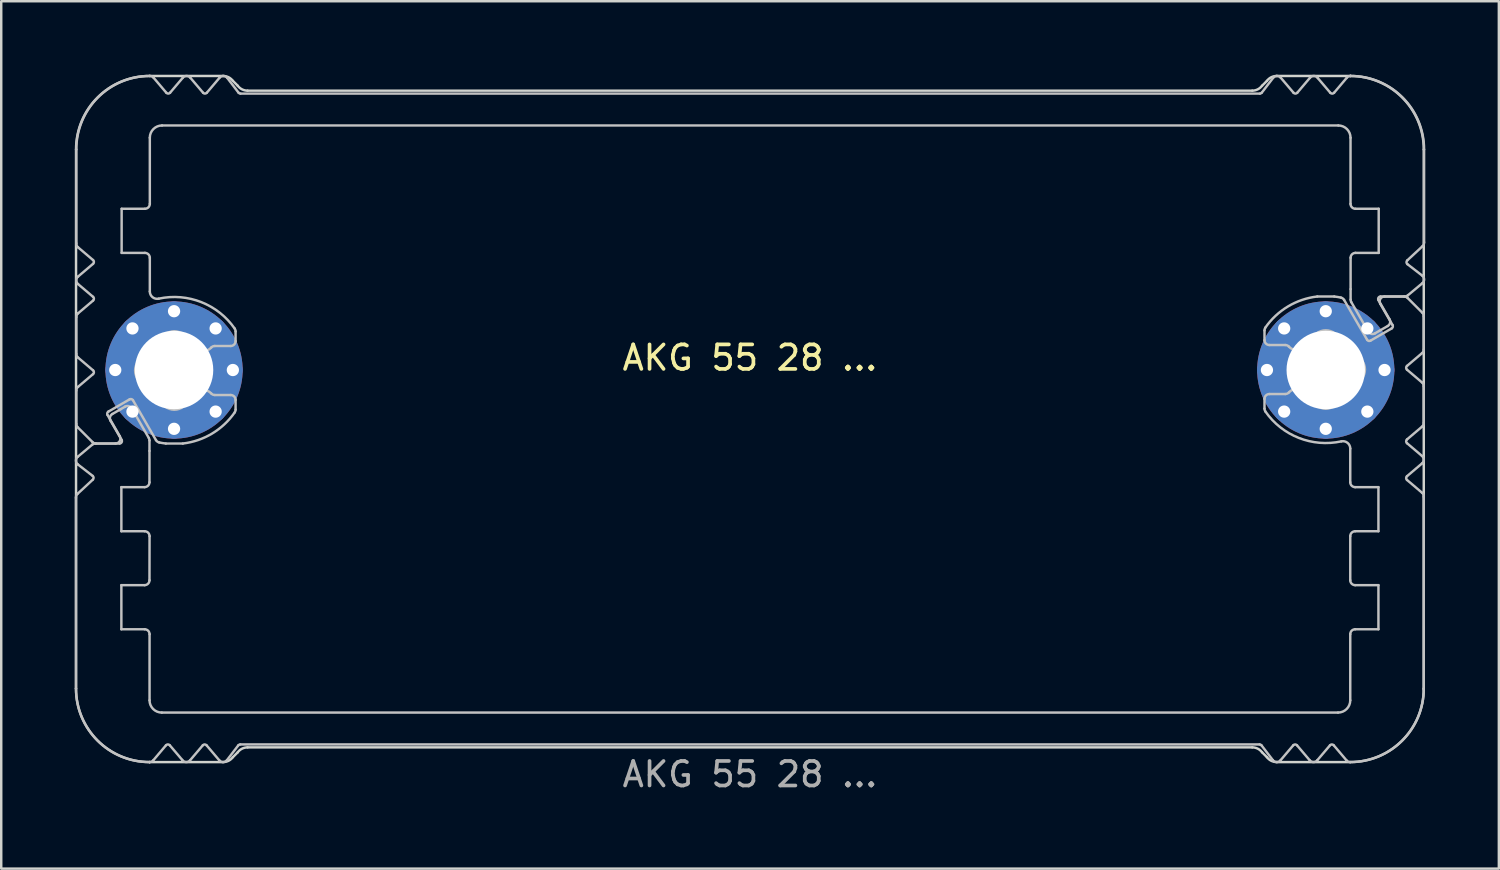
<source format=kicad_pcb>
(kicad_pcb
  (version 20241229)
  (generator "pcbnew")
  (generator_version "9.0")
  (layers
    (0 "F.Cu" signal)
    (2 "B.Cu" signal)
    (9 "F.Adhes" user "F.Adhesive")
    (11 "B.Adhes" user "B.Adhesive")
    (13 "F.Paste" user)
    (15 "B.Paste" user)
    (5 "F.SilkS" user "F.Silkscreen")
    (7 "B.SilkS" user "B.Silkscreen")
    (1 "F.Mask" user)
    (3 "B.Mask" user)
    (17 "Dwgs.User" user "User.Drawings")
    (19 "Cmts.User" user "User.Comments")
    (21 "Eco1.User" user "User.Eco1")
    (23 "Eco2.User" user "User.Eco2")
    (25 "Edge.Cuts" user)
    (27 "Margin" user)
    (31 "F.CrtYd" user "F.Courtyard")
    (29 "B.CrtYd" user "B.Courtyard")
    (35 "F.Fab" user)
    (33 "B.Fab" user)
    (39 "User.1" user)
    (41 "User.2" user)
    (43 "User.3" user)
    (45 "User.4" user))
  (footprint "AKG 55 28 ..."
    (layer "F.Cu")
    (at 27.553 12.05)
    (property "Reference" "AKG 55 28 ..." (at 0 -0.5 0) (unlocked yes) (layer "F.SilkS") (effects (font (size 1 1) (thickness 0.15))))
    (attr exclude_from_pos_files dnp)
    (fp_poly (pts (xy -20.9 -11.3) (xy 4 -11.3) (xy 4 -10) (xy -24.5 -10) (xy -24.5 -12) (xy -23.8 -11.2) (xy -23.05 -12) (xy -22.3 -11.2) (xy -21.55 -12)) (stroke (width 0.1) (type solid)) (fill yes) (layer "B.Mask"))
    (fp_poly (pts (xy -20.85 15.3) (xy 4.05 15.3) (xy 4.05 14) (xy -24.45 14) (xy -24.45 16) (xy -23.75 15.2) (xy -23 16) (xy -22.25 15.2) (xy -21.5 16)) (stroke (width 0.1) (type solid)) (fill yes) (layer "B.Mask"))
    (fp_poly (pts (xy 20.854 -11.3) (xy 3.954 -11.3) (xy 3.954 -10) (xy 24.454 -10) (xy 24.454 -12) (xy 23.754 -11.2) (xy 23.004 -12) (xy 22.254 -11.2) (xy 21.504 -12)) (stroke (width 0.1) (type solid)) (fill yes) (layer "B.Mask"))
    (fp_poly (pts (xy 20.854 15.3) (xy 3.954 15.3) (xy 3.954 14) (xy 24.454 14) (xy 24.454 16) (xy 23.754 15.2) (xy 23.004 16) (xy 22.254 15.2) (xy 21.504 16)) (stroke (width 0.1) (type solid)) (fill yes) (layer "B.Mask"))
    (fp_poly (pts (xy 24.554 -6.7) (xy 25.654 -6.7) (xy 25.654 -4.7) (xy 24.554 -4.7) (xy 24.5 -3) (xy 26.654 -3) (xy 27.454 -3.7) (xy 26.654 -4.4) (xy 27.454 -5.1) (xy 27.454 -12) (xy 24.554 -12)) (stroke (width 0.1) (type solid)) (fill yes) (layer "B.Mask"))
    (fp_poly (pts (xy -24.546 10.6) (xy -25.7 10.6) (xy -25.7 8.8) (xy -24.5 8.8) (xy -24.5 6.6) (xy -25.646 6.6) (xy -25.646 4.7) (xy -24.546 4.7) (xy -24.546 3) (xy -26.646 3) (xy -27.446 3.7) (xy -26.646 4.4) (xy -27.446 5.1) (xy -27.446 16) (xy -24.546 16)) (stroke (width 0.1) (type solid)) (fill yes) (layer "B.Mask"))
    (fp_poly (pts (xy -24.546 -6.7) (xy -25.646 -6.7) (xy -25.646 -4.7) (xy -24.546 -4.7) (xy -24.546 3) (xy -26.8 3) (xy -27.5 2.3) (xy -27.5 0.8) (xy -26.646 0.1) (xy -27.446 -0.6) (xy -27.446 -2.2) (xy -26.546 -2.9) (xy -27.446 -3.7) (xy -26.646 -4.4) (xy -27.446 -5.1) (xy -27.446 -12) (xy -24.546 -12)) (stroke (width 0.1) (type solid)) (fill yes) (layer "B.Mask"))
    (fp_poly (pts (xy 24.554 10.6) (xy 25.6 10.6) (xy 25.6 8.8) (xy 24.5 8.8) (xy 24.5 6.6) (xy 25.654 6.6) (xy 25.654 4.8) (xy 24.555 4.8) (xy 24.5 -3) (xy 26.654 -3) (xy 27.5 -2.3) (xy 27.5 -0.8) (xy 26.654 -0.1) (xy 27.454 0.6) (xy 27.454 2.2) (xy 26.582 2.915) (xy 27.437 3.715) (xy 26.654 4.4) (xy 27.454 5.1) (xy 27.454 16) (xy 24.554 16)) (stroke (width 0.1) (type solid)) (fill yes) (layer "B.Mask"))
    (fp_line (start -27.502 13) (end -27.502 5.214) (stroke (width 0.1) (type solid)) (layer "Dwgs.User"))
    (fp_line (start -27.489 -0.66) (end -27.489 -2.16) (stroke (width 0.1) (type solid)) (layer "Dwgs.User"))
    (fp_line (start -27.489 2.197) (end -27.489 0.84) (stroke (width 0.1) (type solid)) (layer "Dwgs.User"))
    (fp_line (start -27.489 -5.171) (end -27.489 -9) (stroke (width 0.1) (type solid)) (layer "Dwgs.User"))
    (fp_line (start -27.439 5.053) (end -26.815 4.473) (stroke (width 0.1) (type solid)) (layer "Dwgs.User"))
    (fp_line (start -27.433 3.543) (end -26.839 3.046) (stroke (width 0.1) (type solid)) (layer "Dwgs.User"))
    (fp_line (start -27.419 -3.812) (end -26.805 -4.334) (stroke (width 0.1) (type solid)) (layer "Dwgs.User"))
    (fp_line (start -27.419 -2.312) (end -26.805 -2.834) (stroke (width 0.1) (type solid)) (layer "Dwgs.User"))
    (fp_line (start -27.419 0.688) (end -26.805 0.166) (stroke (width 0.1) (type solid)) (layer "Dwgs.User"))
    (fp_line (start -26.828 2.941) (end -27.431 2.339) (stroke (width 0.1) (type solid)) (layer "Dwgs.User"))
    (fp_line (start -26.822 4.321) (end -27.425 3.853) (stroke (width 0.1) (type solid)) (layer "Dwgs.User"))
    (fp_line (start -26.805 -4.486) (end -27.419 -5.008) (stroke (width 0.1) (type solid)) (layer "Dwgs.User"))
    (fp_line (start -26.805 -2.986) (end -27.419 -3.508) (stroke (width 0.1) (type solid)) (layer "Dwgs.User"))
    (fp_line (start -26.805 0.014) (end -27.419 -0.508) (stroke (width 0.1) (type solid)) (layer "Dwgs.User"))
    (fp_line (start -26.71 3) (end -25.727 3) (stroke (width 0.1) (type solid)) (layer "Dwgs.User"))
    (fp_line (start -26.216 1.834) (end -25.716 2.7) (stroke (width 0.1) (type solid)) (layer "Dwgs.User"))
    (fp_line (start -26.018 1.795) (end -25.683 1.602) (stroke (width 0.1) (type solid)) (layer "Dwgs.User"))
    (fp_line (start -25.889 3) (end -26.686 3) (stroke (width 0.1) (type solid)) (layer "Dwgs.User"))
    (fp_line (start -25.683 1.602) (end -25.499 1.495) (stroke (width 0.1) (type solid)) (layer "Dwgs.User"))
    (fp_line (start -25.65 4.78) (end -25.65 6.58) (stroke (width 0.1) (type solid)) (layer "Dwgs.User"))
    (fp_line (start -25.65 8.78) (end -25.65 10.58) (stroke (width 0.1) (type solid)) (layer "Dwgs.User"))
    (fp_line (start -25.65 8.78) (end -24.7 8.78) (stroke (width 0.1) (type solid)) (layer "Dwgs.User"))
    (fp_line (start -25.65 10.58) (end -24.7 10.58) (stroke (width 0.1) (type solid)) (layer "Dwgs.User"))
    (fp_line (start -25.64 2.85) (end -26.092 2.068) (stroke (width 0.1) (type solid)) (layer "Dwgs.User"))
    (fp_line (start -25.639 -6.58) (end -25.639 -4.78) (stroke (width 0.1) (type solid)) (layer "Dwgs.User"))
    (fp_line (start -25.639 -4.78) (end -24.689 -4.78) (stroke (width 0.1) (type solid)) (layer "Dwgs.User"))
    (fp_line (start -25.313 1.197) (end -26.179 1.697) (stroke (width 0.1) (type solid)) (layer "Dwgs.User"))
    (fp_line (start -25.225 1.568) (end -24.53 2.773) (stroke (width 0.1) (type solid)) (layer "Dwgs.User"))
    (fp_line (start -24.703 4.78) (end -25.65 4.78) (stroke (width 0.1) (type solid)) (layer "Dwgs.User"))
    (fp_line (start -24.703 6.58) (end -25.65 6.58) (stroke (width 0.1) (type solid)) (layer "Dwgs.User"))
    (fp_line (start -24.689 -6.58) (end -25.639 -6.58) (stroke (width 0.1) (type solid)) (layer "Dwgs.User"))
    (fp_line (start -24.503 2.873) (end -24.503 3.3) (stroke (width 0.1) (type solid)) (layer "Dwgs.User"))
    (fp_line (start -24.503 3.305) (end -24.503 4.58) (stroke (width 0.1) (type solid)) (layer "Dwgs.User"))
    (fp_line (start -24.502 16) (end -24.502 16) (stroke (width 0.1) (type solid)) (layer "Dwgs.User"))
    (fp_line (start -24.501 16) (end -24.502 16) (stroke (width 0.1) (type solid)) (layer "Dwgs.User"))
    (fp_line (start -24.5 6.78) (end -24.503 8.58) (stroke (width 0.1) (type default)) (layer "Dwgs.User"))
    (fp_line (start -24.5 10.78) (end -24.5 13.48) (stroke (width 0.1) (type solid)) (layer "Dwgs.User"))
    (fp_line (start -24.489 -9.48) (end -24.489 -6.78) (stroke (width 0.1) (type solid)) (layer "Dwgs.User"))
    (fp_line (start -24.489 -4.58) (end -24.489 -3.205) (stroke (width 0.1) (type solid)) (layer "Dwgs.User"))
    (fp_line (start -24.336 -11.929) (end -23.815 -11.315) (stroke (width 0.1) (type solid)) (layer "Dwgs.User"))
    (fp_line (start -24.238 2.86) (end -25.177 1.234) (stroke (width 0.1) (type solid)) (layer "Dwgs.User"))
    (fp_line (start -24 13.98) (end 24 13.98) (stroke (width 0.1) (type solid)) (layer "Dwgs.User"))
    (fp_line (start -23.829 15.315) (end -24.349 15.929) (stroke (width 0.1) (type solid)) (layer "Dwgs.User"))
    (fp_line (start -23.663 -11.315) (end -23.142 -11.929) (stroke (width 0.1) (type solid)) (layer "Dwgs.User"))
    (fp_line (start -23.164 15.914) (end -23.674 15.315) (stroke (width 0.1) (type solid)) (layer "Dwgs.User"))
    (fp_line (start -23.143 3) (end -23.835 3) (stroke (width 0.1) (type solid)) (layer "Dwgs.User"))
    (fp_line (start -22.837 -11.929) (end -22.315 -11.315) (stroke (width 0.1) (type solid)) (layer "Dwgs.User"))
    (fp_line (start -22.326 15.315) (end -22.848 15.929) (stroke (width 0.1) (type solid)) (layer "Dwgs.User"))
    (fp_line (start -22.163 -11.315) (end -21.642 -11.929) (stroke (width 0.1) (type solid)) (layer "Dwgs.User"))
    (fp_line (start -21.838 1.02) (end -21.189 1.02) (stroke (width 0.1) (type solid)) (layer "Dwgs.User"))
    (fp_line (start -21.653 15.929) (end -22.174 15.315) (stroke (width 0.1) (type solid)) (layer "Dwgs.User"))
    (fp_line (start -21.33 -11.922) (end -20.869 -11.319) (stroke (width 0.1) (type solid)) (layer "Dwgs.User"))
    (fp_line (start -21.189 -0.98) (end -21.838 -0.98) (stroke (width 0.1) (type solid)) (layer "Dwgs.User"))
    (fp_line (start -20.989 -1.577) (end -20.989 -1.18) (stroke (width 0.1) (type solid)) (layer "Dwgs.User"))
    (fp_line (start -20.989 1.22) (end -20.989 1.617) (stroke (width 0.1) (type solid)) (layer "Dwgs.User"))
    (fp_line (start -20.879 15.319) (end -21.341 15.922) (stroke (width 0.1) (type solid)) (layer "Dwgs.User"))
    (fp_line (start -20.789 -11.28) (end 20.811 -11.28) (stroke (width 0.1) (type solid)) (layer "Dwgs.User"))
    (fp_line (start 20.8 15.28) (end -20.8 15.28) (stroke (width 0.1) (type solid)) (layer "Dwgs.User"))
    (fp_line (start 20.89 -11.319) (end 21.352 -11.922) (stroke (width 0.1) (type solid)) (layer "Dwgs.User"))
    (fp_line (start 21 -1.22) (end 21 -1.617) (stroke (width 0.1) (type solid)) (layer "Dwgs.User"))
    (fp_line (start 21 1.577) (end 21 1.18) (stroke (width 0.1) (type solid)) (layer "Dwgs.User"))
    (fp_line (start 21.2 0.98) (end 21.849 0.98) (stroke (width 0.1) (type solid)) (layer "Dwgs.User"))
    (fp_line (start 21.341 15.922) (end 20.879 15.319) (stroke (width 0.1) (type solid)) (layer "Dwgs.User"))
    (fp_line (start 21.663 -11.929) (end 22.185 -11.315) (stroke (width 0.1) (type solid)) (layer "Dwgs.User"))
    (fp_line (start 21.849 -1.02) (end 21.2 -1.02) (stroke (width 0.1) (type solid)) (layer "Dwgs.User"))
    (fp_line (start 22.174 15.315) (end 21.652 15.929) (stroke (width 0.1) (type solid)) (layer "Dwgs.User"))
    (fp_line (start 22.337 -11.315) (end 22.858 -11.929) (stroke (width 0.1) (type solid)) (layer "Dwgs.User"))
    (fp_line (start 22.847 15.929) (end 22.326 15.315) (stroke (width 0.1) (type solid)) (layer "Dwgs.User"))
    (fp_line (start 23.154 -3) (end 23.846 -3) (stroke (width 0.1) (type solid)) (layer "Dwgs.User"))
    (fp_line (start 23.175 -11.914) (end 23.685 -11.315) (stroke (width 0.1) (type solid)) (layer "Dwgs.User"))
    (fp_line (start 23.674 15.315) (end 23.152 15.929) (stroke (width 0.1) (type solid)) (layer "Dwgs.User"))
    (fp_line (start 23.84 -11.315) (end 24.36 -11.929) (stroke (width 0.1) (type solid)) (layer "Dwgs.User"))
    (fp_line (start 24.011 -9.98) (end -23.989 -9.98) (stroke (width 0.1) (type solid)) (layer "Dwgs.User"))
    (fp_line (start 24.249 -2.86) (end 25.188 -1.234) (stroke (width 0.1) (type solid)) (layer "Dwgs.User"))
    (fp_line (start 24.346 15.929) (end 23.826 15.315) (stroke (width 0.1) (type solid)) (layer "Dwgs.User"))
    (fp_line (start 24.5 4.58) (end 24.5 3.205) (stroke (width 0.1) (type solid)) (layer "Dwgs.User"))
    (fp_line (start 24.5 6.78) (end 24.5 8.583) (stroke (width 0.1) (type default)) (layer "Dwgs.User"))
    (fp_line (start 24.5 13.48) (end 24.5 10.78) (stroke (width 0.1) (type solid)) (layer "Dwgs.User"))
    (fp_line (start 24.511 -6.78) (end 24.511 -9.48) (stroke (width 0.1) (type solid)) (layer "Dwgs.User"))
    (fp_line (start 24.512 -12) (end 24.512 -12) (stroke (width 0.1) (type solid)) (layer "Dwgs.User"))
    (fp_line (start 24.512 -12) (end 24.513 -12) (stroke (width 0.1) (type solid)) (layer "Dwgs.User"))
    (fp_line (start 24.514 -3.305) (end 24.514 -4.58) (stroke (width 0.1) (type solid)) (layer "Dwgs.User"))
    (fp_line (start 24.514 -2.873) (end 24.514 -3.3) (stroke (width 0.1) (type solid)) (layer "Dwgs.User"))
    (fp_line (start 24.7 8.78) (end 25.65 8.78) (stroke (width 0.1) (type solid)) (layer "Dwgs.User"))
    (fp_line (start 24.7 10.58) (end 25.65 10.58) (stroke (width 0.1) (type solid)) (layer "Dwgs.User"))
    (fp_line (start 24.714 -4.78) (end 25.661 -4.78) (stroke (width 0.1) (type solid)) (layer "Dwgs.User"))
    (fp_line (start 25.236 -1.568) (end 24.541 -2.773) (stroke (width 0.1) (type solid)) (layer "Dwgs.User"))
    (fp_line (start 25.324 -1.197) (end 26.19 -1.697) (stroke (width 0.1) (type solid)) (layer "Dwgs.User"))
    (fp_line (start 25.65 4.78) (end 24.7 4.78) (stroke (width 0.1) (type solid)) (layer "Dwgs.User"))
    (fp_line (start 25.65 6.58) (end 24.7 6.58) (stroke (width 0.1) (type solid)) (layer "Dwgs.User"))
    (fp_line (start 25.65 6.58) (end 25.65 4.78) (stroke (width 0.1) (type solid)) (layer "Dwgs.User"))
    (fp_line (start 25.65 10.58) (end 25.65 8.78) (stroke (width 0.1) (type solid)) (layer "Dwgs.User"))
    (fp_line (start 25.651 -2.85) (end 26.102 -2.068) (stroke (width 0.1) (type solid)) (layer "Dwgs.User"))
    (fp_line (start 25.661 -6.58) (end 24.711 -6.58) (stroke (width 0.1) (type solid)) (layer "Dwgs.User"))
    (fp_line (start 25.661 -4.78) (end 25.661 -6.58) (stroke (width 0.1) (type solid)) (layer "Dwgs.User"))
    (fp_line (start 25.694 -1.602) (end 25.509 -1.495) (stroke (width 0.1) (type solid)) (layer "Dwgs.User"))
    (fp_line (start 25.9 -3) (end 26.697 -3) (stroke (width 0.1) (type solid)) (layer "Dwgs.User"))
    (fp_line (start 26.029 -1.795) (end 25.694 -1.602) (stroke (width 0.1) (type solid)) (layer "Dwgs.User"))
    (fp_line (start 26.227 -1.834) (end 25.727 -2.7) (stroke (width 0.1) (type solid)) (layer "Dwgs.User"))
    (fp_line (start 26.721 -3) (end 25.738 -3) (stroke (width 0.1) (type solid)) (layer "Dwgs.User"))
    (fp_line (start 26.815 -0.014) (end 27.429 0.508) (stroke (width 0.1) (type solid)) (layer "Dwgs.User"))
    (fp_line (start 26.815 2.986) (end 27.429 3.508) (stroke (width 0.1) (type solid)) (layer "Dwgs.User"))
    (fp_line (start 26.815 4.486) (end 27.429 5.008) (stroke (width 0.1) (type solid)) (layer "Dwgs.User"))
    (fp_line (start 26.832 -4.321) (end 27.436 -3.853) (stroke (width 0.1) (type solid)) (layer "Dwgs.User"))
    (fp_line (start 26.839 -2.941) (end 27.441 -2.339) (stroke (width 0.1) (type solid)) (layer "Dwgs.User"))
    (fp_line (start 27.429 -0.688) (end 26.815 -0.166) (stroke (width 0.1) (type solid)) (layer "Dwgs.User"))
    (fp_line (start 27.429 2.312) (end 26.815 2.834) (stroke (width 0.1) (type solid)) (layer "Dwgs.User"))
    (fp_line (start 27.429 3.812) (end 26.815 4.334) (stroke (width 0.1) (type solid)) (layer "Dwgs.User"))
    (fp_line (start 27.443 -3.543) (end 26.849 -3.047) (stroke (width 0.1) (type solid)) (layer "Dwgs.User"))
    (fp_line (start 27.45 -5.053) (end 26.826 -4.473) (stroke (width 0.1) (type solid)) (layer "Dwgs.User"))
    (fp_line (start 27.5 5.171) (end 27.499 13.038) (stroke (width 0.1) (type solid)) (layer "Dwgs.User"))
    (fp_line (start 27.5 -2.197) (end 27.5 -0.84) (stroke (width 0.1) (type solid)) (layer "Dwgs.User"))
    (fp_line (start 27.5 0.66) (end 27.5 2.16) (stroke (width 0.1) (type solid)) (layer "Dwgs.User"))
    (fp_line (start 27.513 -9) (end 27.513 -5.215) (stroke (width 0.1) (type solid)) (layer "Dwgs.User"))
    (fp_arc (start -27.502431 5.214496) (mid -27.48921 5.126511) (end -27.439103 5.05299) (stroke (width 0.1) (type solid)) (layer "Dwgs.User"))
    (fp_arc (start -27.48919 -2.16003) (mid -27.470691 -2.24403) (end -27.418628 -2.312496) (stroke (width 0.1) (type solid)) (layer "Dwgs.User"))
    (fp_arc (start -27.48919 0.83997) (mid -27.470691 0.75597) (end -27.418628 0.687504) (stroke (width 0.1) (type solid)) (layer "Dwgs.User"))
    (fp_arc (start -27.488629 -9.00003) (mid -26.609776 -11.121528) (end -24.488132 -12.00003) (stroke (width 0.1) (type solid)) (layer "Dwgs.User"))
    (fp_arc (start -27.430611 2.338548) (mid -27.473952 2.273658) (end -27.48919 2.197127) (stroke (width 0.1) (type solid)) (layer "Dwgs.User"))
    (fp_arc (start -27.425499 3.853059) (mid -27.502937 3.699538) (end -27.432592 3.542641) (stroke (width 0.1) (type solid)) (layer "Dwgs.User"))
    (fp_arc (start -27.418628 -5.007564) (mid -27.473021 -5.081251) (end -27.488863 -5.171459) (stroke (width 0.1) (type solid)) (layer "Dwgs.User"))
    (fp_arc (start -27.418628 -3.507564) (mid -27.489188 -3.66003) (end -27.418628 -3.812496) (stroke (width 0.1) (type solid)) (layer "Dwgs.User"))
    (fp_arc (start -27.418628 -0.507564) (mid -27.470694 -0.576029) (end -27.48919 -0.66003) (stroke (width 0.1) (type solid)) (layer "Dwgs.User"))
    (fp_arc (start -26.838668 3.046481) (mid -26.778648 3.011946) (end -26.710445 2.99997) (stroke (width 0.1) (type solid)) (layer "Dwgs.User"))
    (fp_arc (start -26.821739 4.320925) (mid -26.783088 4.395508) (end -26.814937 4.473239) (stroke (width 0.1) (type solid)) (layer "Dwgs.User"))
    (fp_arc (start -26.804583 -4.486263) (mid -26.769295 -4.41003) (end -26.804583 -4.333797) (stroke (width 0.1) (type solid)) (layer "Dwgs.User"))
    (fp_arc (start -26.804583 -2.986263) (mid -26.769295 -2.91003) (end -26.804583 -2.833797) (stroke (width 0.1) (type solid)) (layer "Dwgs.User"))
    (fp_arc (start -26.804583 0.013737) (mid -26.769295 0.08997) (end -26.804583 0.166203) (stroke (width 0.1) (type solid)) (layer "Dwgs.User"))
    (fp_arc (start -26.686347 2.99997) (mid -26.762877 2.984729) (end -26.827769 2.941391) (stroke (width 0.1) (type solid)) (layer "Dwgs.User"))
    (fp_arc (start -26.215985 1.833944) (mid -26.225952 1.758068) (end -26.179382 1.697342) (stroke (width 0.1) (type solid)) (layer "Dwgs.User"))
    (fp_arc (start -26.091514 2.068343) (mid -26.111468 1.916586) (end -26.018309 1.795138) (stroke (width 0.1) (type solid)) (layer "Dwgs.User"))
    (fp_arc (start -25.715985 2.69997) (mid -25.715978 2.899974) (end -25.88919 2.99997) (stroke (width 0.1) (type solid)) (layer "Dwgs.User"))
    (fp_arc (start -25.640241 2.84997) (mid -25.640233 2.949974) (end -25.726844 2.99997) (stroke (width 0.1) (type solid)) (layer "Dwgs.User"))
    (fp_arc (start -25.498694 1.495138) (mid -25.346932 1.475166) (end -25.225489 1.568343) (stroke (width 0.1) (type solid)) (layer "Dwgs.User"))
    (fp_arc (start -25.313357 1.197342) (mid -25.237484 1.187387) (end -25.176754 1.233944) (stroke (width 0.1) (type solid)) (layer "Dwgs.User"))
    (fp_arc (start -24.700049 6.57997) (mid -24.558651 6.638572) (end -24.500049 6.77997) (stroke (width 0.1) (type solid)) (layer "Dwgs.User"))
    (fp_arc (start -24.700049 10.57997) (mid -24.558651 10.638572) (end -24.500049 10.77997) (stroke (width 0.1) (type solid)) (layer "Dwgs.User"))
    (fp_arc (start -24.68919 -4.78003) (mid -24.547772 -4.721448) (end -24.48919 -4.58003) (stroke (width 0.1) (type solid)) (layer "Dwgs.User"))
    (fp_arc (start -24.65419 -0.556897) (mid -24.408426 -0.899266) (end -24.066057 -1.14503) (stroke (width 0.1) (type solid)) (layer "Dwgs.User"))
    (fp_arc (start -24.65419 0.596836) (mid -25.08919 0.019969) (end -24.65419 -0.556897) (stroke (width 0.1) (type solid)) (layer "Dwgs.User"))
    (fp_arc (start -24.529787 2.773333) (mid -24.509797 2.821567) (end -24.502992 2.873333) (stroke (width 0.1) (type solid)) (layer "Dwgs.User"))
    (fp_arc (start -24.502992 4.57997) (mid -24.561565 4.721397) (end -24.702992 4.77997) (stroke (width 0.1) (type solid)) (layer "Dwgs.User"))
    (fp_arc (start -24.502992 8.57997) (mid -24.561565 8.721397) (end -24.702992 8.77997) (stroke (width 0.1) (type solid)) (layer "Dwgs.User"))
    (fp_arc (start -24.501935 15.99997) (mid -26.623559 15.121448) (end -27.502431 12.99997) (stroke (width 0.1) (type solid)) (layer "Dwgs.User"))
    (fp_arc (start -24.48919 -9.48003) (mid -24.342738 -9.833578) (end -23.98919 -9.98003) (stroke (width 0.1) (type solid)) (layer "Dwgs.User"))
    (fp_arc (start -24.48919 -6.78003) (mid -24.547762 -6.638602) (end -24.68919 -6.58003) (stroke (width 0.1) (type solid)) (layer "Dwgs.User"))
    (fp_arc (start -24.488132 -12.00003) (mid -24.404059 -11.98147) (end -24.335563 -11.929306) (stroke (width 0.1) (type solid)) (layer "Dwgs.User"))
    (fp_arc (start -24.349192 15.929246) (mid -24.417408 15.9813) (end -24.501161 15.999969) (stroke (width 0.1) (type solid)) (layer "Dwgs.User"))
    (fp_arc (start -24.125554 -2.911761) (mid -24.377487 -2.97138) (end -24.48919 -3.204934) (stroke (width 0.1) (type solid)) (layer "Dwgs.User"))
    (fp_arc (start -24.125554 -2.911761) (mid -22.390142 -2.771458) (end -21.024904 -1.690965) (stroke (width 0.1) (type solid)) (layer "Dwgs.User"))
    (fp_arc (start -24.105732 2.955932) (mid -24.181984 2.922143) (end -24.237834 2.860201) (stroke (width 0.1) (type solid)) (layer "Dwgs.User"))
    (fp_arc (start -24.066057 -1.14503) (mid -23.48919 -1.58003) (end -22.912323 -1.14503) (stroke (width 0.1) (type solid)) (layer "Dwgs.User"))
    (fp_arc (start -24.066057 1.18497) (mid -24.40843 0.939209) (end -24.65419 0.596836) (stroke (width 0.1) (type solid)) (layer "Dwgs.User"))
    (fp_arc (start -24.000049 13.97997) (mid -24.353577 13.833498) (end -24.500049 13.47997) (stroke (width 0.1) (type solid)) (layer "Dwgs.User"))
    (fp_arc (start -23.835022 2.99997) (mid -23.970881 2.981048) (end -24.105732 2.955932) (stroke (width 0.1) (type solid)) (layer "Dwgs.User"))
    (fp_arc (start -23.829121 15.315332) (mid -23.751541 15.278264) (end -23.673885 15.315171) (stroke (width 0.1) (type solid)) (layer "Dwgs.User"))
    (fp_arc (start -23.662951 -11.315318) (mid -23.739181 -11.280019) (end -23.815417 -11.315305) (stroke (width 0.1) (type solid)) (layer "Dwgs.User"))
    (fp_arc (start -23.141667 -11.929455) (mid -22.98919 -12.000029) (end -22.836712 -11.929455) (stroke (width 0.1) (type solid)) (layer "Dwgs.User"))
    (fp_arc (start -22.912323 -1.14503) (mid -22.730199 -1.035459) (end -22.568362 -0.897677) (stroke (width 0.1) (type solid)) (layer "Dwgs.User"))
    (fp_arc (start -22.912323 1.18497) (mid -23.48919 1.61997) (end -24.066057 1.18497) (stroke (width 0.1) (type solid)) (layer "Dwgs.User"))
    (fp_arc (start -22.847571 15.929394) (mid -23.009557 15.999707) (end -23.164131 15.914325) (stroke (width 0.1) (type solid)) (layer "Dwgs.User"))
    (fp_arc (start -22.568362 0.937617) (mid -22.730203 1.075392) (end -22.912323 1.18497) (stroke (width 0.1) (type solid)) (layer "Dwgs.User"))
    (fp_arc (start -22.568362 0.937617) (mid -22.274243 0.820096) (end -21.986888 0.953303) (stroke (width 0.1) (type solid)) (layer "Dwgs.User"))
    (fp_arc (start -22.326288 15.315258) (mid -22.250049 15.27997) (end -22.17381 15.315258) (stroke (width 0.1) (type solid)) (layer "Dwgs.User"))
    (fp_arc (start -22.162951 -11.315318) (mid -22.23919 -11.28003) (end -22.315429 -11.315318) (stroke (width 0.1) (type solid)) (layer "Dwgs.User"))
    (fp_arc (start -21.986888 -0.913364) (mid -22.274244 -0.780195) (end -22.568362 -0.897677) (stroke (width 0.1) (type solid)) (layer "Dwgs.User"))
    (fp_arc (start -21.986888 -0.913364) (mid -21.919468 -0.962607) (end -21.837817 -0.98003) (stroke (width 0.1) (type solid)) (layer "Dwgs.User"))
    (fp_arc (start -21.837817 1.01997) (mid -21.919464 1.002537) (end -21.986888 0.953303) (stroke (width 0.1) (type solid)) (layer "Dwgs.User"))
    (fp_arc (start -21.641667 -11.929455) (mid -21.484216 -11.999958) (end -21.330466 -11.921713) (stroke (width 0.1) (type solid)) (layer "Dwgs.User"))
    (fp_arc (start -21.341325 15.921653) (mid -21.495076 15.999873) (end -21.652527 15.929394) (stroke (width 0.1) (type solid)) (layer "Dwgs.User"))
    (fp_arc (start -21.18919 1.01997) (mid -21.047772 1.078552) (end -20.98919 1.21997) (stroke (width 0.1) (type solid)) (layer "Dwgs.User"))
    (fp_arc (start -21.024904 -1.690965) (mid -20.998333 -1.636662) (end -20.98919 -1.576902) (stroke (width 0.1) (type solid)) (layer "Dwgs.User"))
    (fp_arc (start -21.024904 1.730904) (mid -21.947492 2.593529) (end -23.143358 2.99997) (stroke (width 0.1) (type solid)) (layer "Dwgs.User"))
    (fp_arc (start -20.98919 -1.18003) (mid -21.047762 -1.038602) (end -21.18919 -0.98003) (stroke (width 0.1) (type solid)) (layer "Dwgs.User"))
    (fp_arc (start -20.98919 1.616842) (mid -20.998317 1.676607) (end -21.024904 1.730904) (stroke (width 0.1) (type solid)) (layer "Dwgs.User"))
    (fp_arc (start -20.879411 15.319129) (mid -20.844304 15.290279) (end -20.800049 15.27997) (stroke (width 0.1) (type solid)) (layer "Dwgs.User"))
    (fp_arc (start -20.78919 -11.28003) (mid -20.83344 -11.29035) (end -20.868552 -11.319189) (stroke (width 0.1) (type solid)) (layer "Dwgs.User"))
    (fp_arc (start 20.799951 15.27997) (mid 20.844205 15.290294) (end 20.879313 15.319129) (stroke (width 0.1) (type solid)) (layer "Dwgs.User"))
    (fp_arc (start 20.890172 -11.319189) (mid 20.855062 -11.290341) (end 20.81081 -11.28003) (stroke (width 0.1) (type solid)) (layer "Dwgs.User"))
    (fp_arc (start 20.999951 -1.616902) (mid 21.009091 -1.676662) (end 21.035665 -1.730964) (stroke (width 0.1) (type solid)) (layer "Dwgs.User"))
    (fp_arc (start 20.999951 1.17997) (mid 21.058508 1.038521) (end 21.199951 0.97997) (stroke (width 0.1) (type solid)) (layer "Dwgs.User"))
    (fp_arc (start 21.035665 -1.730964) (mid 21.95825 -2.593594) (end 23.154119 -3.00003) (stroke (width 0.1) (type solid)) (layer "Dwgs.User"))
    (fp_arc (start 21.035665 1.690905) (mid 21.009083 1.636604) (end 20.999951 1.576842) (stroke (width 0.1) (type solid)) (layer "Dwgs.User"))
    (fp_arc (start 21.199951 -1.02003) (mid 21.058537 -1.078622) (end 20.999951 -1.22003) (stroke (width 0.1) (type solid)) (layer "Dwgs.User"))
    (fp_arc (start 21.352086 -11.921713) (mid 21.505833 -11.999949) (end 21.663288 -11.929455) (stroke (width 0.1) (type solid)) (layer "Dwgs.User"))
    (fp_arc (start 21.652429 15.929394) (mid 21.494997 15.999846) (end 21.341227 15.921653) (stroke (width 0.1) (type solid)) (layer "Dwgs.User"))
    (fp_arc (start 21.848578 -1.02003) (mid 21.930228 -1.002607) (end 21.997649 -0.953363) (stroke (width 0.1) (type solid)) (layer "Dwgs.User"))
    (fp_arc (start 21.997649 0.913304) (mid 21.930221 0.96252) (end 21.848578 0.97997) (stroke (width 0.1) (type solid)) (layer "Dwgs.User"))
    (fp_arc (start 21.997649 0.913304) (mid 22.285007 0.78012) (end 22.579123 0.897617) (stroke (width 0.1) (type solid)) (layer "Dwgs.User"))
    (fp_arc (start 22.173712 15.315258) (mid 22.249951 15.27997) (end 22.32619 15.315258) (stroke (width 0.1) (type solid)) (layer "Dwgs.User"))
    (fp_arc (start 22.337049 -11.315318) (mid 22.26081 -11.28003) (end 22.184571 -11.315318) (stroke (width 0.1) (type solid)) (layer "Dwgs.User"))
    (fp_arc (start 22.579123 -0.937677) (mid 22.285008 -0.820173) (end 21.997649 -0.953363) (stroke (width 0.1) (type solid)) (layer "Dwgs.User"))
    (fp_arc (start 22.579123 -0.937677) (mid 22.740962 -1.075457) (end 22.923084 -1.18503) (stroke (width 0.1) (type solid)) (layer "Dwgs.User"))
    (fp_arc (start 22.858333 -11.929455) (mid 23.020316 -11.999785) (end 23.174892 -11.914385) (stroke (width 0.1) (type solid)) (layer "Dwgs.User"))
    (fp_arc (start 22.923084 -1.18503) (mid 23.499951 -1.62003) (end 24.076818 -1.18503) (stroke (width 0.1) (type solid)) (layer "Dwgs.User"))
    (fp_arc (start 22.923084 1.14497) (mid 22.740965 1.035392) (end 22.579123 0.897617) (stroke (width 0.1) (type solid)) (layer "Dwgs.User"))
    (fp_arc (start 23.152429 15.929394) (mid 22.999951 15.99997) (end 22.847473 15.929394) (stroke (width 0.1) (type solid)) (layer "Dwgs.User"))
    (fp_arc (start 23.673712 15.315258) (mid 23.749959 15.279908) (end 23.826178 15.315245) (stroke (width 0.1) (type solid)) (layer "Dwgs.User"))
    (fp_arc (start 23.839882 -11.315392) (mid 23.762303 -11.278341) (end 23.684646 -11.315231) (stroke (width 0.1) (type solid)) (layer "Dwgs.User"))
    (fp_arc (start 23.845783 -3.00003) (mid 23.981642 -2.981106) (end 24.116493 -2.955992) (stroke (width 0.1) (type solid)) (layer "Dwgs.User"))
    (fp_arc (start 24.01081 -9.98003) (mid 24.364368 -9.833582) (end 24.51081 -9.48003) (stroke (width 0.1) (type solid)) (layer "Dwgs.User"))
    (fp_arc (start 24.076818 -1.18503) (mid 24.419179 -0.939258) (end 24.664951 -0.596896) (stroke (width 0.1) (type solid)) (layer "Dwgs.User"))
    (fp_arc (start 24.076818 1.14497) (mid 23.499951 1.57997) (end 22.923084 1.14497) (stroke (width 0.1) (type solid)) (layer "Dwgs.User"))
    (fp_arc (start 24.116493 -2.955992) (mid 24.19276 -2.922223) (end 24.248595 -2.860261) (stroke (width 0.1) (type solid)) (layer "Dwgs.User"))
    (fp_arc (start 24.136315 2.9117) (mid 22.400893 2.771423) (end 21.035665 1.690905) (stroke (width 0.1) (type solid)) (layer "Dwgs.User"))
    (fp_arc (start 24.136315 2.9117) (mid 24.388259 2.971301) (end 24.499951 3.204873) (stroke (width 0.1) (type solid)) (layer "Dwgs.User"))
    (fp_arc (start 24.359953 -11.929306) (mid 24.428162 -11.98138) (end 24.511922 -12.000029) (stroke (width 0.1) (type solid)) (layer "Dwgs.User"))
    (fp_arc (start 24.498893 15.99997) (mid 24.414817 15.981423) (end 24.346324 15.929246) (stroke (width 0.1) (type solid)) (layer "Dwgs.User"))
    (fp_arc (start 24.499951 6.77997) (mid 24.558508 6.638521) (end 24.699951 6.57997) (stroke (width 0.1) (type solid)) (layer "Dwgs.User"))
    (fp_arc (start 24.499951 10.77997) (mid 24.558508 10.638521) (end 24.699951 10.57997) (stroke (width 0.1) (type solid)) (layer "Dwgs.User"))
    (fp_arc (start 24.499951 13.47997) (mid 24.353499 13.833518) (end 23.999951 13.97997) (stroke (width 0.1) (type solid)) (layer "Dwgs.User"))
    (fp_arc (start 24.512696 -12.00003) (mid 26.634342 -11.121531) (end 27.513192 -9.00003) (stroke (width 0.1) (type solid)) (layer "Dwgs.User"))
    (fp_arc (start 24.513753 -4.58003) (mid 24.572345 -4.721413) (end 24.713753 -4.78003) (stroke (width 0.1) (type solid)) (layer "Dwgs.User"))
    (fp_arc (start 24.540548 -2.773393) (mid 24.520561 -2.821628) (end 24.513753 -2.873393) (stroke (width 0.1) (type solid)) (layer "Dwgs.User"))
    (fp_arc (start 24.664951 -0.596896) (mid 25.099993 -0.02003) (end 24.664951 0.556837) (stroke (width 0.1) (type solid)) (layer "Dwgs.User"))
    (fp_arc (start 24.664951 0.556837) (mid 24.419184 0.899202) (end 24.076818 1.14497) (stroke (width 0.1) (type solid)) (layer "Dwgs.User"))
    (fp_arc (start 24.699951 4.77997) (mid 24.558537 4.721378) (end 24.499951 4.57997) (stroke (width 0.1) (type solid)) (layer "Dwgs.User"))
    (fp_arc (start 24.699951 8.77997) (mid 24.558537 8.721378) (end 24.499951 8.57997) (stroke (width 0.1) (type solid)) (layer "Dwgs.User"))
    (fp_arc (start 24.71081 -6.58003) (mid 24.569393 -6.638607) (end 24.51081 -6.78003) (stroke (width 0.1) (type solid)) (layer "Dwgs.User"))
    (fp_arc (start 25.324118 -1.197402) (mid 25.248228 -1.1874) (end 25.187515 -1.234004) (stroke (width 0.1) (type solid)) (layer "Dwgs.User"))
    (fp_arc (start 25.509455 -1.495198) (mid 25.357708 -1.475259) (end 25.23625 -1.568403) (stroke (width 0.1) (type solid)) (layer "Dwgs.User"))
    (fp_arc (start 25.651002 -2.85003) (mid 25.651021 -2.950003) (end 25.737605 -3.00003) (stroke (width 0.1) (type solid)) (layer "Dwgs.User"))
    (fp_arc (start 25.726746 -2.70003) (mid 25.726772 -2.900014) (end 25.899951 -3.00003) (stroke (width 0.1) (type solid)) (layer "Dwgs.User"))
    (fp_arc (start 26.102275 -2.068403) (mid 26.122249 -1.916635) (end 26.02907 -1.795198) (stroke (width 0.1) (type solid)) (layer "Dwgs.User"))
    (fp_arc (start 26.226746 -1.834004) (mid 26.236734 -1.758118) (end 26.190143 -1.697402) (stroke (width 0.1) (type solid)) (layer "Dwgs.User"))
    (fp_arc (start 26.697108 -3.00003) (mid 26.773645 -2.984805) (end 26.83853 -2.941451) (stroke (width 0.1) (type solid)) (layer "Dwgs.User"))
    (fp_arc (start 26.815344 -0.013797) (mid 26.780099 -0.090019) (end 26.815344 -0.166263) (stroke (width 0.1) (type solid)) (layer "Dwgs.User"))
    (fp_arc (start 26.815344 2.986203) (mid 26.780099 2.909981) (end 26.815344 2.833737) (stroke (width 0.1) (type solid)) (layer "Dwgs.User"))
    (fp_arc (start 26.815344 4.486203) (mid 26.780099 4.409981) (end 26.815344 4.333737) (stroke (width 0.1) (type solid)) (layer "Dwgs.User"))
    (fp_arc (start 26.8325 -4.320985) (mid 26.793893 -4.395559) (end 26.825698 -4.473299) (stroke (width 0.1) (type solid)) (layer "Dwgs.User"))
    (fp_arc (start 26.849429 -3.046541) (mid 26.789406 -3.01201) (end 26.721206 -3.00003) (stroke (width 0.1) (type solid)) (layer "Dwgs.User"))
    (fp_arc (start 27.429389 0.507504) (mid 27.481453 0.57597) (end 27.499951 0.65997) (stroke (width 0.1) (type solid)) (layer "Dwgs.User"))
    (fp_arc (start 27.429389 3.507504) (mid 27.499991 3.659981) (end 27.429389 3.812436) (stroke (width 0.1) (type solid)) (layer "Dwgs.User"))
    (fp_arc (start 27.429389 5.007504) (mid 27.483796 5.081185) (end 27.499624 5.171399) (stroke (width 0.1) (type solid)) (layer "Dwgs.User"))
    (fp_arc (start 27.43626 -3.853119) (mid 27.513743 -3.699588) (end 27.443353 -3.542701) (stroke (width 0.1) (type solid)) (layer "Dwgs.User"))
    (fp_arc (start 27.441372 -2.338608) (mid 27.484711 -2.27372) (end 27.499951 -2.197187) (stroke (width 0.1) (type solid)) (layer "Dwgs.User"))
    (fp_arc (start 27.49939 12.99997) (mid 26.620538 15.121469) (end 24.498893 15.99997) (stroke (width 0.1) (type solid)) (layer "Dwgs.User"))
    (fp_arc (start 27.499951 -0.84003) (mid 27.481469 -0.756017) (end 27.429389 -0.687564) (stroke (width 0.1) (type solid)) (layer "Dwgs.User"))
    (fp_arc (start 27.499951 2.15997) (mid 27.481469 2.243983) (end 27.429389 2.312436) (stroke (width 0.1) (type solid)) (layer "Dwgs.User"))
    (fp_arc (start 27.513192 -5.214556) (mid 27.499916 -5.126598) (end 27.449864 -5.05305) (stroke (width 0.1) (type solid)) (layer "Dwgs.User"))
    (fp_rect (start -25.45 -6.48) (end 25.45 -4.88) (stroke (width 0.1) (type solid)) (fill no) (layer "Eco1.User"))
    (fp_rect (start -25.45 4.88) (end 25.45 6.48) (stroke (width 0.1) (type solid)) (fill no) (layer "Eco1.User"))
    (fp_rect (start -25.45 8.88) (end 25.45 10.48) (stroke (width 0.1) (type solid)) (fill no) (layer "Eco1.User"))
    (fp_line (start -27.5 -9) (end -27.5 13) (stroke (width 0.1) (type solid)) (layer "Edge.Cuts"))
    (fp_line (start -24.5 -12) (end -21.5 -12) (stroke (width 0.1) (type solid)) (layer "Edge.Cuts"))
    (fp_line (start -24.5 16) (end -21.5 16) (stroke (width 0.1) (type solid)) (layer "Edge.Cuts"))
    (fp_line (start -20.9 -11.6) (end -21.1 -11.8) (stroke (width 0.1) (type solid)) (layer "Edge.Cuts"))
    (fp_line (start -20.9 15.6) (end -21.1 15.8) (stroke (width 0.1) (type solid)) (layer "Edge.Cuts"))
    (fp_line (start -20.5 -11.4) (end 20.5 -11.4) (stroke (width 0.1) (type solid)) (layer "Edge.Cuts"))
    (fp_line (start -20.5 15.4) (end 20.5 15.4) (stroke (width 0.1) (type solid)) (layer "Edge.Cuts"))
    (fp_line (start 20.9 -11.6) (end 21.1 -11.8) (stroke (width 0.1) (type solid)) (layer "Edge.Cuts"))
    (fp_line (start 20.9 15.6) (end 21.1 15.8) (stroke (width 0.1) (type solid)) (layer "Edge.Cuts"))
    (fp_line (start 24.5 -12) (end 21.5 -12) (stroke (width 0.1) (type solid)) (layer "Edge.Cuts"))
    (fp_line (start 24.5 16) (end 21.5 16) (stroke (width 0.1) (type solid)) (layer "Edge.Cuts"))
    (fp_line (start 27.5 -9) (end 27.5 13) (stroke (width 0.1) (type solid)) (layer "Edge.Cuts"))
    (fp_arc (start -27.5 -9) (mid -26.62132 -11.12132) (end -24.5 -12) (stroke (width 0.1) (type solid)) (layer "Edge.Cuts"))
    (fp_arc (start -24.5 16) (mid -26.62132 15.12132) (end -27.5 13) (stroke (width 0.1) (type solid)) (layer "Edge.Cuts"))
    (fp_arc (start -21.5 -12) (mid -21.276393 -11.947214) (end -21.1 -11.8) (stroke (width 0.1) (type solid)) (layer "Edge.Cuts"))
    (fp_arc (start -21.1 15.8) (mid -21.276393 15.947214) (end -21.5 16) (stroke (width 0.1) (type solid)) (layer "Edge.Cuts"))
    (fp_arc (start -20.9 15.6) (mid -20.723607 15.452786) (end -20.5 15.4) (stroke (width 0.1) (type solid)) (layer "Edge.Cuts"))
    (fp_arc (start -20.5 -11.4) (mid -20.723607 -11.452786) (end -20.9 -11.6) (stroke (width 0.1) (type solid)) (layer "Edge.Cuts"))
    (fp_arc (start 20.5 15.4) (mid 20.723607 15.452786) (end 20.9 15.6) (stroke (width 0.1) (type solid)) (layer "Edge.Cuts"))
    (fp_arc (start 20.9 -11.6) (mid 20.723607 -11.452786) (end 20.5 -11.4) (stroke (width 0.1) (type solid)) (layer "Edge.Cuts"))
    (fp_arc (start 21.1 -11.8) (mid 21.276393 -11.947214) (end 21.5 -12) (stroke (width 0.1) (type solid)) (layer "Edge.Cuts"))
    (fp_arc (start 21.5 16) (mid 21.276393 15.947214) (end 21.1 15.8) (stroke (width 0.1) (type solid)) (layer "Edge.Cuts"))
    (fp_arc (start 24.5 -12) (mid 26.62132 -11.12132) (end 27.5 -9) (stroke (width 0.1) (type solid)) (layer "Edge.Cuts"))
    (fp_arc (start 27.5 13) (mid 26.62132 15.12132) (end 24.5 16) (stroke (width 0.1) (type solid)) (layer "Edge.Cuts"))
    (fp_text user "${REFERENCE}" (at 0 16.5 0) (layer "F.Fab") (effects (font (size 1 1) (thickness 0.15))))
    (pad "1" thru_hole circle (at -25.9 0) (size 0.8 0.8) (drill 0.5) (layers "*.Cu" "*.Mask"))
    (pad "1" thru_hole circle (at -25.197 -1.697) (size 0.8 0.8) (drill 0.5) (layers "*.Cu" "*.Mask"))
    (pad "1" thru_hole circle (at -25.197 1.697) (size 0.8 0.8) (drill 0.5) (layers "*.Cu" "*.Mask"))
    (pad "1" thru_hole circle (at -23.5 -2.4) (size 0.8 0.8) (drill 0.5) (layers "*.Cu" "*.Mask"))
    (pad "1" thru_hole circle (at -23.5 0) (size 5.6 5.6) (drill 3.2) (layers "*.Cu" "*.Mask"))
    (pad "1" thru_hole circle (at -23.5 2.4) (size 0.8 0.8) (drill 0.5) (layers "*.Cu" "*.Mask"))
    (pad "1" thru_hole circle (at -21.803 -1.697) (size 0.8 0.8) (drill 0.5) (layers "*.Cu" "*.Mask"))
    (pad "1" thru_hole circle (at -21.803 1.697) (size 0.8 0.8) (drill 0.5) (layers "*.Cu" "*.Mask"))
    (pad "1" thru_hole circle (at -21.1 0) (size 0.8 0.8) (drill 0.5) (layers "*.Cu" "*.Mask"))
    (pad "1" thru_hole circle (at 21.1 0) (size 0.8 0.8) (drill 0.5) (layers "*.Cu" "*.Mask"))
    (pad "1" thru_hole circle (at 21.803 -1.697) (size 0.8 0.8) (drill 0.5) (layers "*.Cu" "*.Mask"))
    (pad "1" thru_hole circle (at 21.803 1.697) (size 0.8 0.8) (drill 0.5) (layers "*.Cu" "*.Mask"))
    (pad "1" thru_hole circle (at 23.5 -2.4) (size 0.8 0.8) (drill 0.5) (layers "*.Cu" "*.Mask"))
    (pad "1" thru_hole circle (at 23.5 0) (size 5.6 5.6) (drill 3.2) (layers "*.Cu" "*.Mask"))
    (pad "1" thru_hole circle (at 23.5 2.4) (size 0.8 0.8) (drill 0.5) (layers "*.Cu" "*.Mask"))
    (pad "1" thru_hole circle (at 25.197 -1.697) (size 0.8 0.8) (drill 0.5) (layers "*.Cu" "*.Mask"))
    (pad "1" thru_hole circle (at 25.197 1.697) (size 0.8 0.8) (drill 0.5) (layers "*.Cu" "*.Mask"))
    (pad "1" thru_hole circle (at 25.9 0) (size 0.8 0.8) (drill 0.5) (layers "*.Cu" "*.Mask")))
  (gr_rect
    (start -3 -3)
    (end 58.117 32.398)
    (stroke (width 0.1) (type default))
    (fill no)
    (layer "Edge.Cuts")))
</source>
